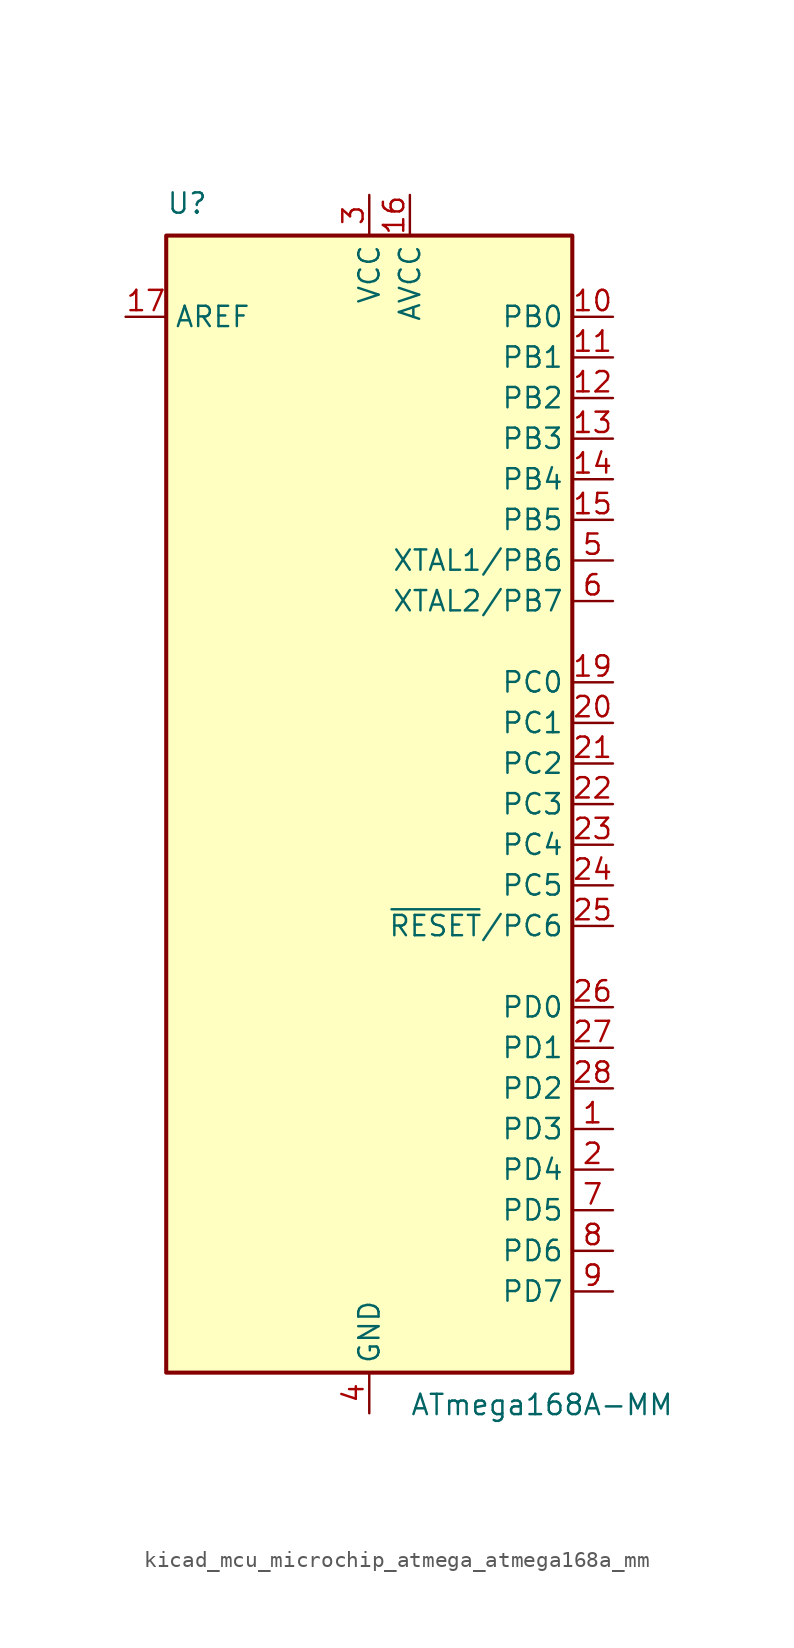
<source format=kicad_sym>
(kicad_symbol_lib
  (version 20220914)
  (generator kicad_symbol_editor)
  (symbol "kicad_mcu_microchip_atmega_atmega168a_mm"
    (property "Reference" "U"
      (at -12.7 36.83 0)
      (effects (font (size 1.27 1.27)) (justify left bottom)))
    (property "Value" "ATmega168A-MM"
      (at 2.54 -36.83 0)
      (effects (font (size 1.27 1.27)) (justify left top)))
    (symbol "kicad_mcu_microchip_atmega_atmega168a_mm_0_1"
      (rectangle (start -12.7 -35.56) (end 12.7 35.56) (stroke (width 0.254) (type default)) (fill (type background))))
    (symbol "kicad_mcu_microchip_atmega_atmega168a_mm_1_1"
      (pin bidirectional line (at 15.24 -20.32 180) (length 2.54) (name "PD3" (effects (font (size 1.27 1.27)))) (number "1" (effects (font (size 1.27 1.27)))))
      (pin bidirectional line (at 15.24 30.48 180) (length 2.54) (name "PB0" (effects (font (size 1.27 1.27)))) (number "10" (effects (font (size 1.27 1.27)))))
      (pin bidirectional line (at 15.24 27.94 180) (length 2.54) (name "PB1" (effects (font (size 1.27 1.27)))) (number "11" (effects (font (size 1.27 1.27)))))
      (pin bidirectional line (at 15.24 25.4 180) (length 2.54) (name "PB2" (effects (font (size 1.27 1.27)))) (number "12" (effects (font (size 1.27 1.27)))))
      (pin bidirectional line (at 15.24 22.86 180) (length 2.54) (name "PB3" (effects (font (size 1.27 1.27)))) (number "13" (effects (font (size 1.27 1.27)))))
      (pin bidirectional line (at 15.24 20.32 180) (length 2.54) (name "PB4" (effects (font (size 1.27 1.27)))) (number "14" (effects (font (size 1.27 1.27)))))
      (pin bidirectional line (at 15.24 17.78 180) (length 2.54) (name "PB5" (effects (font (size 1.27 1.27)))) (number "15" (effects (font (size 1.27 1.27)))))
      (pin power_in line (at 2.54 38.1 270) (length 2.54) (name "AVCC" (effects (font (size 1.27 1.27)))) (number "16" (effects (font (size 1.27 1.27)))))
      (pin passive line (at -15.24 30.48 0) (length 2.54) (name "AREF" (effects (font (size 1.27 1.27)))) (number "17" (effects (font (size 1.27 1.27)))))
      (pin passive line (at 0 -38.1 90) (length 2.54) hide (name "GND" (effects (font (size 1.27 1.27)))) (number "18" (effects (font (size 1.27 1.27)))))
      (pin bidirectional line (at 15.24 7.62 180) (length 2.54) (name "PC0" (effects (font (size 1.27 1.27)))) (number "19" (effects (font (size 1.27 1.27)))))
      (pin bidirectional line (at 15.24 -22.86 180) (length 2.54) (name "PD4" (effects (font (size 1.27 1.27)))) (number "2" (effects (font (size 1.27 1.27)))))
      (pin bidirectional line (at 15.24 5.08 180) (length 2.54) (name "PC1" (effects (font (size 1.27 1.27)))) (number "20" (effects (font (size 1.27 1.27)))))
      (pin bidirectional line (at 15.24 2.54 180) (length 2.54) (name "PC2" (effects (font (size 1.27 1.27)))) (number "21" (effects (font (size 1.27 1.27)))))
      (pin bidirectional line (at 15.24 0 180) (length 2.54) (name "PC3" (effects (font (size 1.27 1.27)))) (number "22" (effects (font (size 1.27 1.27)))))
      (pin bidirectional line (at 15.24 -2.54 180) (length 2.54) (name "PC4" (effects (font (size 1.27 1.27)))) (number "23" (effects (font (size 1.27 1.27)))))
      (pin bidirectional line (at 15.24 -5.08 180) (length 2.54) (name "PC5" (effects (font (size 1.27 1.27)))) (number "24" (effects (font (size 1.27 1.27)))))
      (pin bidirectional line (at 15.24 -7.62 180) (length 2.54) (name "~{RESET}/PC6" (effects (font (size 1.27 1.27)))) (number "25" (effects (font (size 1.27 1.27)))))
      (pin bidirectional line (at 15.24 -12.7 180) (length 2.54) (name "PD0" (effects (font (size 1.27 1.27)))) (number "26" (effects (font (size 1.27 1.27)))))
      (pin bidirectional line (at 15.24 -15.24 180) (length 2.54) (name "PD1" (effects (font (size 1.27 1.27)))) (number "27" (effects (font (size 1.27 1.27)))))
      (pin bidirectional line (at 15.24 -17.78 180) (length 2.54) (name "PD2" (effects (font (size 1.27 1.27)))) (number "28" (effects (font (size 1.27 1.27)))))
      (pin passive line (at 0 -38.1 90) (length 2.54) hide (name "GND" (effects (font (size 1.27 1.27)))) (number "29" (effects (font (size 1.27 1.27)))))
      (pin power_in line (at 0 38.1 270) (length 2.54) (name "VCC" (effects (font (size 1.27 1.27)))) (number "3" (effects (font (size 1.27 1.27)))))
      (pin power_in line (at 0 -38.1 90) (length 2.54) (name "GND" (effects (font (size 1.27 1.27)))) (number "4" (effects (font (size 1.27 1.27)))))
      (pin bidirectional line (at 15.24 15.24 180) (length 2.54) (name "XTAL1/PB6" (effects (font (size 1.27 1.27)))) (number "5" (effects (font (size 1.27 1.27)))))
      (pin bidirectional line (at 15.24 12.7 180) (length 2.54) (name "XTAL2/PB7" (effects (font (size 1.27 1.27)))) (number "6" (effects (font (size 1.27 1.27)))))
      (pin bidirectional line (at 15.24 -25.4 180) (length 2.54) (name "PD5" (effects (font (size 1.27 1.27)))) (number "7" (effects (font (size 1.27 1.27)))))
      (pin bidirectional line (at 15.24 -27.94 180) (length 2.54) (name "PD6" (effects (font (size 1.27 1.27)))) (number "8" (effects (font (size 1.27 1.27)))))
      (pin bidirectional line (at 15.24 -30.48 180) (length 2.54) (name "PD7" (effects (font (size 1.27 1.27)))) (number "9" (effects (font (size 1.27 1.27))))))))
</source>
